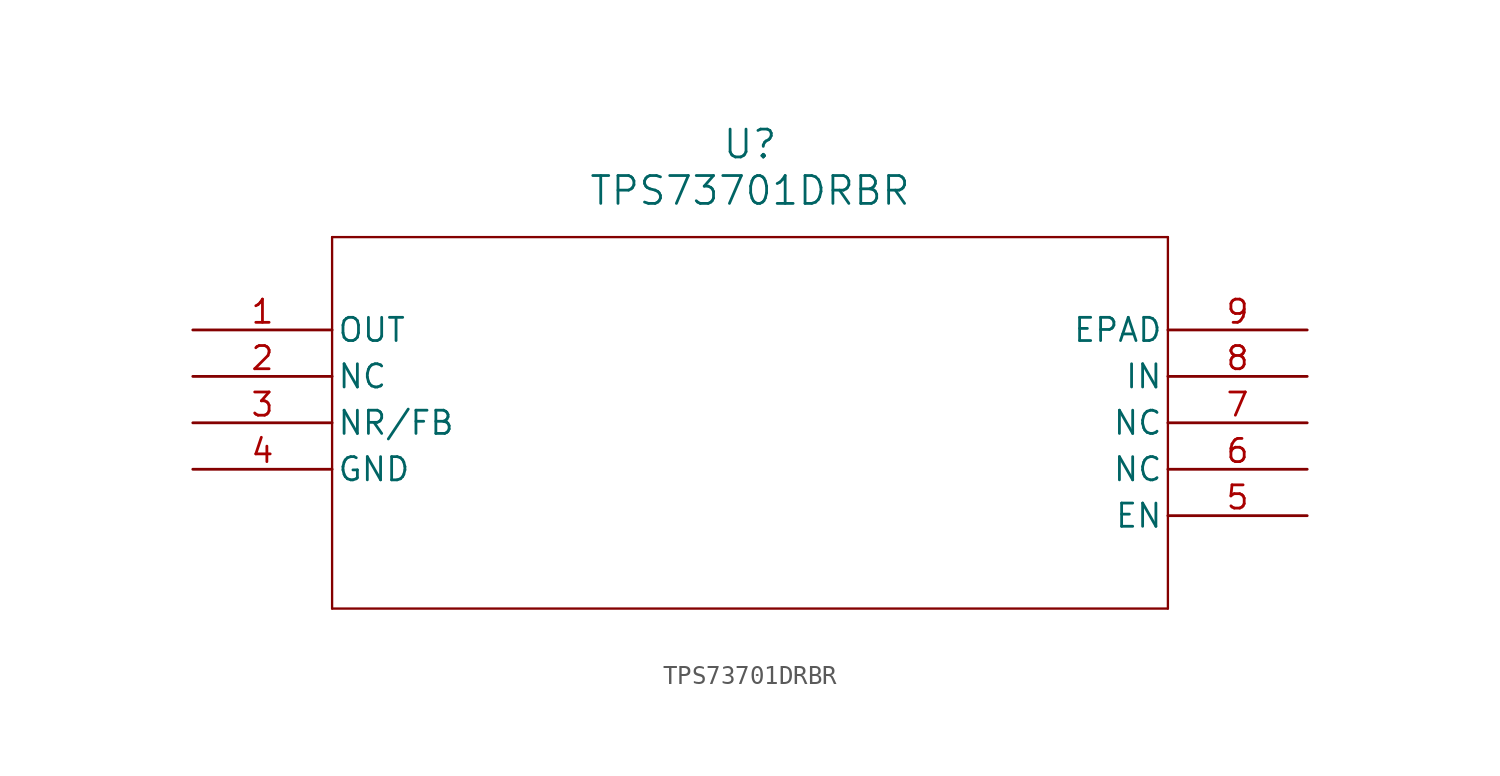
<source format=kicad_sym>
(kicad_symbol_lib
  (version 20211014)
  (generator kicad_symbol_editor)
  (symbol "TPS73701DRBR"
    (pin_names
      (offset 0.254))
    (property "Reference" "U"
      (at 30.48 10.16 0)
      (effects (font (size 1.524 1.524))))
    (property "Value" "TPS73701DRBR"
      (at 30.48 7.62 0)
      (effects (font (size 1.524 1.524))))
    (symbol "TPS73701DRBR_0_1"
      (polyline (pts (xy 7.62 5.08) (xy 7.62 -15.24)) (stroke (width 0.127) (type default) (color 0 0 0 0)) (fill (type none)))
      (polyline (pts (xy 7.62 -15.24) (xy 53.34 -15.24)) (stroke (width 0.127) (type default) (color 0 0 0 0)) (fill (type none)))
      (polyline (pts (xy 53.34 -15.24) (xy 53.34 5.08)) (stroke (width 0.127) (type default) (color 0 0 0 0)) (fill (type none)))
      (polyline (pts (xy 53.34 5.08) (xy 7.62 5.08)) (stroke (width 0.127) (type default) (color 0 0 0 0)) (fill (type none)))
      (pin output line (at 0 0 0) (length 7.62) (name "OUT" (effects (font (size 1.27 1.27)))) (number "1" (effects (font (size 1.27 1.27)))))
      (pin unspecified line (at 0 -2.54 0) (length 7.62) (name "NC" (effects (font (size 1.27 1.27)))) (number "2" (effects (font (size 1.27 1.27)))))
      (pin bidirectional line (at 0 -5.08 0) (length 7.62) (name "NR/FB" (effects (font (size 1.27 1.27)))) (number "3" (effects (font (size 1.27 1.27)))))
      (pin power_in line (at 0 -7.62 0) (length 7.62) (name "GND" (effects (font (size 1.27 1.27)))) (number "4" (effects (font (size 1.27 1.27)))))
      (pin unspecified line (at 60.96 -10.16 180) (length 7.62) (name "EN" (effects (font (size 1.27 1.27)))) (number "5" (effects (font (size 1.27 1.27)))))
      (pin unspecified line (at 60.96 -7.62 180) (length 7.62) (name "NC" (effects (font (size 1.27 1.27)))) (number "6" (effects (font (size 1.27 1.27)))))
      (pin unspecified line (at 60.96 -5.08 180) (length 7.62) (name "NC" (effects (font (size 1.27 1.27)))) (number "7" (effects (font (size 1.27 1.27)))))
      (pin input line (at 60.96 -2.54 180) (length 7.62) (name "IN" (effects (font (size 1.27 1.27)))) (number "8" (effects (font (size 1.27 1.27)))))
      (pin unspecified line (at 60.96 0 180) (length 7.62) (name "EPAD" (effects (font (size 1.27 1.27)))) (number "9" (effects (font (size 1.27 1.27))))))))
</source>
